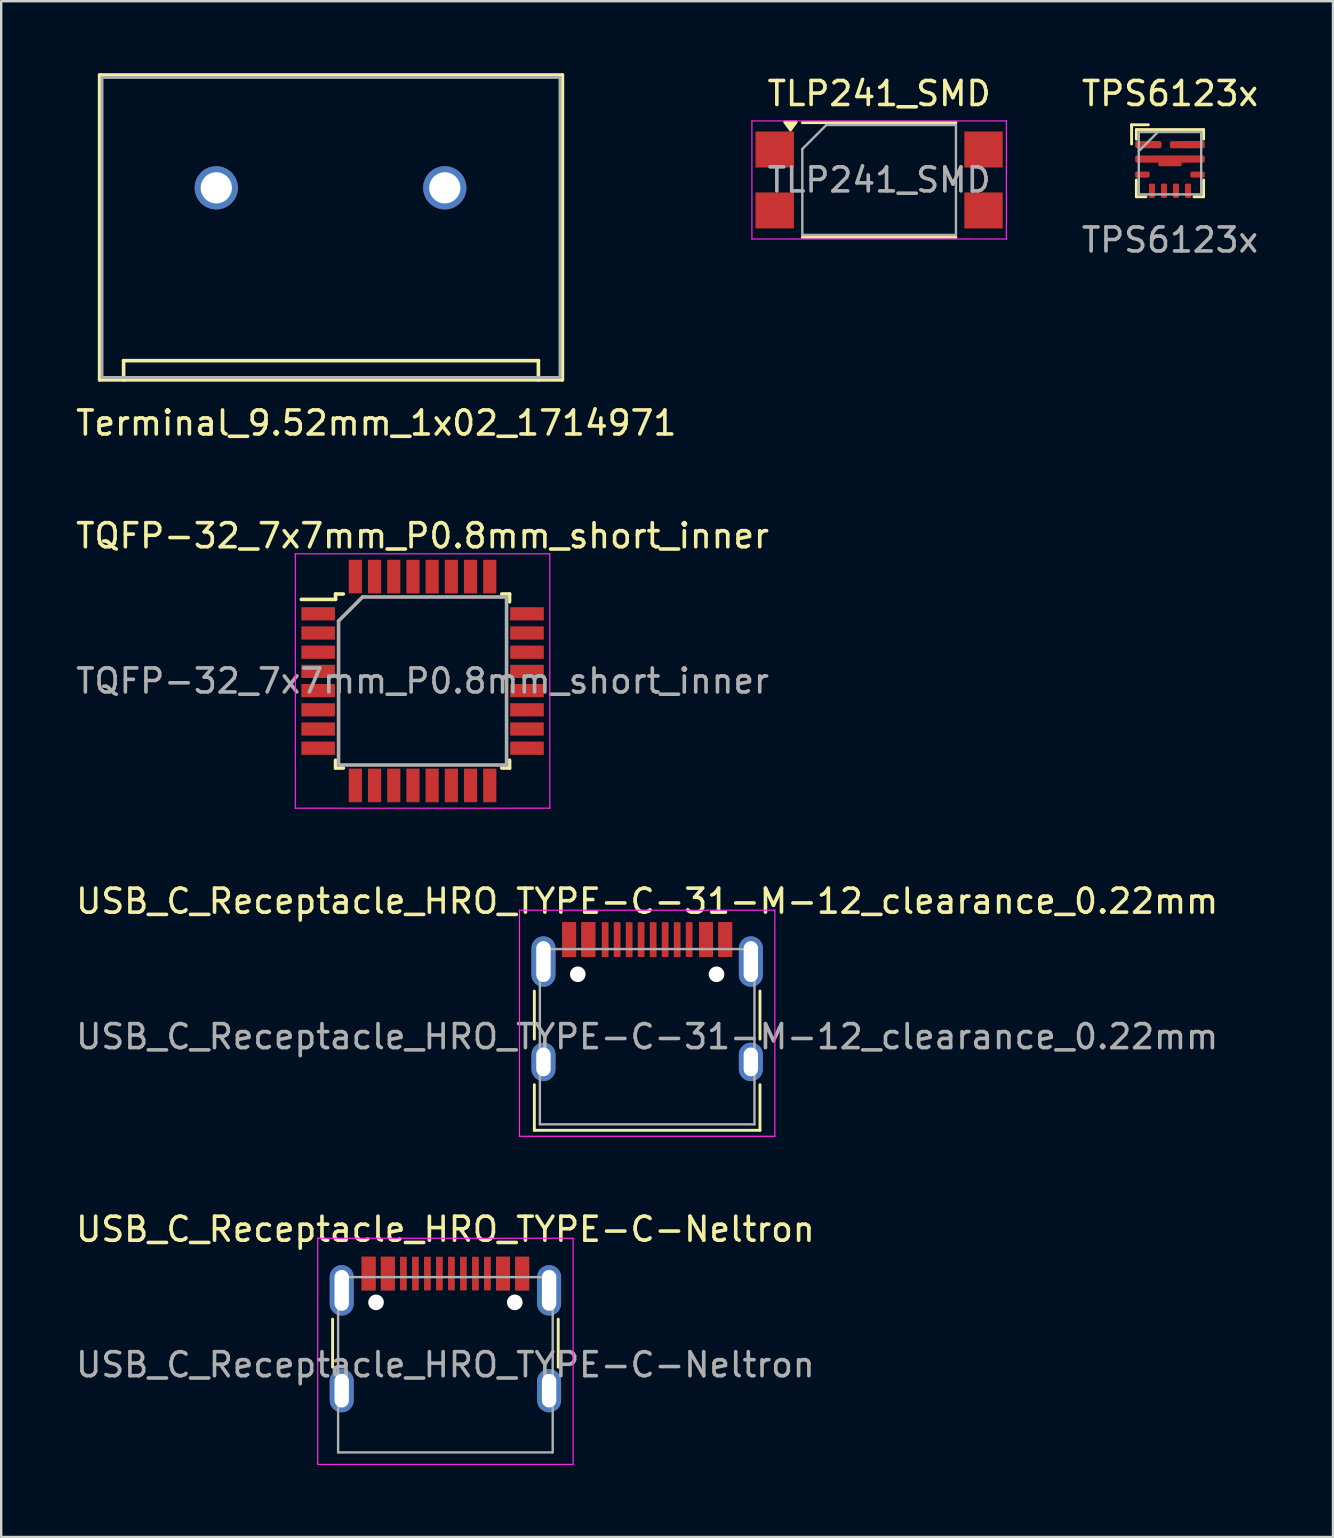
<source format=kicad_pcb>
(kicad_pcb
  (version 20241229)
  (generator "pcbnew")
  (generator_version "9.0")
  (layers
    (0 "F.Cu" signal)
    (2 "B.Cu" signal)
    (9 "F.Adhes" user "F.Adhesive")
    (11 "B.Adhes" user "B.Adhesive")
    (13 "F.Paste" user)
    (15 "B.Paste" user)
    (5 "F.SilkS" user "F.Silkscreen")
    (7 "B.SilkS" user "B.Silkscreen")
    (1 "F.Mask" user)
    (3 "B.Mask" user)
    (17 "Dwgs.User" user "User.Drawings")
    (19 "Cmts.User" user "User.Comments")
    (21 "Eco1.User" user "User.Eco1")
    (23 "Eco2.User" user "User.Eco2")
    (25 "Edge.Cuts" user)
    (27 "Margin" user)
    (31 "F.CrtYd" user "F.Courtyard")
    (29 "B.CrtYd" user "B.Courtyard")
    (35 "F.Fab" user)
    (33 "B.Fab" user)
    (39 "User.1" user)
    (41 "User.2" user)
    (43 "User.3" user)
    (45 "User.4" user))
  (footprint "USB_C_Receptacle_HRO_TYPE-C-Neltron"
    (layer "F.Cu")
    (at 15.506 53.807)
    (property "Reference" "USB_C_Receptacle_HRO_TYPE-C-Neltron" (at 0 -5.645 0) (layer "F.SilkS") (effects (font (size 1 1) (thickness 0.15))))
    (attr smd)
    (fp_line (start -4.7 -1.9) (end -4.7 0.1) (stroke (width 0.12) (type solid)) (layer "F.SilkS"))
    (fp_line (start 4.7 -1.9) (end 4.7 0.1) (stroke (width 0.12) (type solid)) (layer "F.SilkS"))
    (fp_line (start -5.32 -5.27) (end -5.32 4.15) (stroke (width 0.05) (type solid)) (layer "F.CrtYd"))
    (fp_line (start -5.32 -5.27) (end 5.32 -5.27) (stroke (width 0.05) (type solid)) (layer "F.CrtYd"))
    (fp_line (start -5.32 4.15) (end 5.32 4.15) (stroke (width 0.05) (type solid)) (layer "F.CrtYd"))
    (fp_line (start 5.32 -5.27) (end 5.32 4.15) (stroke (width 0.05) (type solid)) (layer "F.CrtYd"))
    (fp_line (start -4.47 -3.65) (end -4.47 3.65) (stroke (width 0.1) (type solid)) (layer "F.Fab"))
    (fp_line (start -4.47 -3.65) (end 4.47 -3.65) (stroke (width 0.1) (type solid)) (layer "F.Fab"))
    (fp_line (start -4.47 3.65) (end 4.47 3.65) (stroke (width 0.1) (type solid)) (layer "F.Fab"))
    (fp_line (start 4.47 -3.65) (end 4.47 3.65) (stroke (width 0.1) (type solid)) (layer "F.Fab"))
    (fp_text user "${REFERENCE}" (at 0 0 0) (layer "F.Fab") (effects (font (size 1 1) (thickness 0.15))))
    (pad "" np_thru_hole circle (at -2.89 -2.6) (size 0.65 0.65) (drill 0.65) (layers "*.Cu" "*.Mask"))
    (pad "" np_thru_hole circle (at 2.89 -2.6) (size 0.65 0.65) (drill 0.65) (layers "*.Cu" "*.Mask"))
    (pad "A1" smd rect (at -3.2 -3.8) (size 0.58 1.4) (layers "F.Cu" "F.Mask" "F.Paste"))
    (pad "A4" smd rect (at -2.4 -3.8) (size 0.58 1.4) (layers "F.Cu" "F.Mask" "F.Paste"))
    (pad "A5" smd rect (at -1.25 -3.8) (size 0.28 1.4) (layers "F.Cu" "F.Mask" "F.Paste"))
    (pad "A6" smd rect (at -0.25 -3.8) (size 0.28 1.4) (layers "F.Cu" "F.Mask" "F.Paste"))
    (pad "A7" smd rect (at 0.25 -3.8) (size 0.28 1.4) (layers "F.Cu" "F.Mask" "F.Paste"))
    (pad "A8" smd rect (at 1.25 -3.8) (size 0.28 1.4) (layers "F.Cu" "F.Mask" "F.Paste"))
    (pad "A9" smd rect (at 2.4 -3.8) (size 0.58 1.4) (layers "F.Cu" "F.Mask" "F.Paste"))
    (pad "A12" smd rect (at 3.2 -3.8) (size 0.58 1.4) (layers "F.Cu" "F.Mask" "F.Paste"))
    (pad "B1" smd rect (at 3.2 -3.8) (size 0.58 1.4) (layers "F.Cu" "F.Mask" "F.Paste"))
    (pad "B4" smd rect (at 2.4 -3.8) (size 0.58 1.4) (layers "F.Cu" "F.Mask" "F.Paste"))
    (pad "B5" smd rect (at 1.75 -3.8) (size 0.28 1.4) (layers "F.Cu" "F.Mask" "F.Paste"))
    (pad "B6" smd rect (at 0.75 -3.8) (size 0.28 1.4) (layers "F.Cu" "F.Mask" "F.Paste"))
    (pad "B7" smd rect (at -0.75 -3.8) (size 0.28 1.4) (layers "F.Cu" "F.Mask" "F.Paste"))
    (pad "B8" smd rect (at -1.75 -3.8) (size 0.28 1.4) (layers "F.Cu" "F.Mask" "F.Paste"))
    (pad "B9" smd rect (at -2.4 -3.8) (size 0.58 1.4) (layers "F.Cu" "F.Mask" "F.Paste"))
    (pad "B12" smd rect (at -3.2 -3.8) (size 0.58 1.4) (layers "F.Cu" "F.Mask" "F.Paste"))
    (pad "S1" thru_hole oval (at -4.32 -3.1) (size 1 2.1) (drill oval 0.6 1.7) (layers "*.Cu" "*.Mask"))
    (pad "S1" thru_hole oval (at -4.32 1.08) (size 1 1.8) (drill oval 0.6 1.4) (layers "*.Cu" "*.Mask"))
    (pad "S1" thru_hole oval (at 4.32 -3.1) (size 1 2.1) (drill oval 0.6 1.7) (layers "*.Cu" "*.Mask"))
    (pad "S1" thru_hole oval (at 4.32 1.08) (size 1 1.8) (drill oval 0.6 1.4) (layers "*.Cu" "*.Mask")))
  (footprint "USB_C_Receptacle_HRO_TYPE-C-31-M-12_clearance_0.22mm"
    (layer "F.Cu")
    (at 23.911 40.139)
    (property "Reference" "USB_C_Receptacle_HRO_TYPE-C-31-M-12_clearance_0.22mm" (at 0 -5.645 0) (layer "F.SilkS") (effects (font (size 1 1) (thickness 0.15))))
    (attr smd)
    (fp_line (start -4.7 -1.9) (end -4.7 0.1) (stroke (width 0.12) (type solid)) (layer "F.SilkS"))
    (fp_line (start -4.7 2) (end -4.7 3.9) (stroke (width 0.12) (type solid)) (layer "F.SilkS"))
    (fp_line (start -4.7 3.9) (end 4.7 3.9) (stroke (width 0.12) (type solid)) (layer "F.SilkS"))
    (fp_line (start 4.7 -1.9) (end 4.7 0.1) (stroke (width 0.12) (type solid)) (layer "F.SilkS"))
    (fp_line (start 4.7 2) (end 4.7 3.9) (stroke (width 0.12) (type solid)) (layer "F.SilkS"))
    (fp_line (start -5.32 -5.27) (end -5.32 4.15) (stroke (width 0.05) (type solid)) (layer "F.CrtYd"))
    (fp_line (start -5.32 -5.27) (end 5.32 -5.27) (stroke (width 0.05) (type solid)) (layer "F.CrtYd"))
    (fp_line (start -5.32 4.15) (end 5.32 4.15) (stroke (width 0.05) (type solid)) (layer "F.CrtYd"))
    (fp_line (start 5.32 -5.27) (end 5.32 4.15) (stroke (width 0.05) (type solid)) (layer "F.CrtYd"))
    (fp_line (start -4.47 -3.65) (end -4.47 3.65) (stroke (width 0.1) (type solid)) (layer "F.Fab"))
    (fp_line (start -4.47 -3.65) (end 4.47 -3.65) (stroke (width 0.1) (type solid)) (layer "F.Fab"))
    (fp_line (start -4.47 3.65) (end 4.47 3.65) (stroke (width 0.1) (type solid)) (layer "F.Fab"))
    (fp_line (start 4.47 -3.65) (end 4.47 3.65) (stroke (width 0.1) (type solid)) (layer "F.Fab"))
    (fp_text user "${REFERENCE}" (at 0 0 0) (layer "F.Fab") (effects (font (size 1 1) (thickness 0.15))))
    (pad "" np_thru_hole circle (at -2.89 -2.6) (size 0.65 0.65) (drill 0.65) (layers "*.Cu" "*.Mask"))
    (pad "" np_thru_hole circle (at 2.89 -2.6) (size 0.65 0.65) (drill 0.65) (layers "*.Cu" "*.Mask"))
    (pad "A1" smd rect (at -3.25 -4.045) (size 0.58 1.45) (layers "F.Cu" "F.Mask" "F.Paste"))
    (pad "A4" smd rect (at -2.45 -4.045) (size 0.58 1.45) (layers "F.Cu" "F.Mask" "F.Paste"))
    (pad "A5" smd rect (at -1.25 -4.045) (size 0.28 1.45) (layers "F.Cu" "F.Mask" "F.Paste"))
    (pad "A6" smd rect (at -0.25 -4.045) (size 0.28 1.45) (layers "F.Cu" "F.Mask" "F.Paste"))
    (pad "A7" smd rect (at 0.25 -4.045) (size 0.28 1.45) (layers "F.Cu" "F.Mask" "F.Paste"))
    (pad "A8" smd rect (at 1.25 -4.045) (size 0.28 1.45) (layers "F.Cu" "F.Mask" "F.Paste"))
    (pad "A9" smd rect (at 2.45 -4.045) (size 0.58 1.45) (layers "F.Cu" "F.Mask" "F.Paste"))
    (pad "A12" smd rect (at 3.25 -4.045) (size 0.58 1.45) (layers "F.Cu" "F.Mask" "F.Paste"))
    (pad "B1" smd rect (at 3.25 -4.045) (size 0.58 1.45) (layers "F.Cu" "F.Mask" "F.Paste"))
    (pad "B4" smd rect (at 2.45 -4.045) (size 0.58 1.45) (layers "F.Cu" "F.Mask" "F.Paste"))
    (pad "B5" smd rect (at 1.75 -4.045) (size 0.28 1.45) (layers "F.Cu" "F.Mask" "F.Paste"))
    (pad "B6" smd rect (at 0.75 -4.045) (size 0.28 1.45) (layers "F.Cu" "F.Mask" "F.Paste"))
    (pad "B7" smd rect (at -0.75 -4.045) (size 0.28 1.45) (layers "F.Cu" "F.Mask" "F.Paste"))
    (pad "B8" smd rect (at -1.75 -4.045) (size 0.28 1.45) (layers "F.Cu" "F.Mask" "F.Paste"))
    (pad "B9" smd rect (at -2.45 -4.045) (size 0.58 1.45) (layers "F.Cu" "F.Mask" "F.Paste"))
    (pad "B12" smd rect (at -3.25 -4.045) (size 0.58 1.45) (layers "F.Cu" "F.Mask" "F.Paste"))
    (pad "S1" thru_hole oval (at -4.32 -3.13) (size 1 2.1) (drill oval 0.6 1.7) (layers "*.Cu" "*.Mask"))
    (pad "S1" thru_hole oval (at -4.32 1.05) (size 1 1.6) (drill oval 0.6 1.2) (layers "*.Cu" "*.Mask"))
    (pad "S1" thru_hole oval (at 4.32 -3.13) (size 1 2.1) (drill oval 0.6 1.7) (layers "*.Cu" "*.Mask"))
    (pad "S1" thru_hole oval (at 4.32 1.05) (size 1 1.6) (drill oval 0.6 1.2) (layers "*.Cu" "*.Mask")))
  (footprint "TQFP-32_7x7mm_P0.8mm_short_inner"
    (layer "F.Cu")
    (at 14.554 25.321)
    (property "Reference" "TQFP-32_7x7mm_P0.8mm_short_inner" (at 0 -6.05 0) (layer "F.SilkS") (effects (font (size 1 1) (thickness 0.15))))
    (attr smd)
    (fp_line (start -3.625 -3.625) (end -3.625 -3.4) (stroke (width 0.15) (type solid)) (layer "F.SilkS"))
    (fp_line (start -3.625 -3.625) (end -3.3 -3.625) (stroke (width 0.15) (type solid)) (layer "F.SilkS"))
    (fp_line (start -3.625 -3.4) (end -5.05 -3.4) (stroke (width 0.15) (type solid)) (layer "F.SilkS"))
    (fp_line (start -3.625 3.625) (end -3.625 3.3) (stroke (width 0.15) (type solid)) (layer "F.SilkS"))
    (fp_line (start -3.625 3.625) (end -3.3 3.625) (stroke (width 0.15) (type solid)) (layer "F.SilkS"))
    (fp_line (start 3.625 -3.625) (end 3.3 -3.625) (stroke (width 0.15) (type solid)) (layer "F.SilkS"))
    (fp_line (start 3.625 -3.625) (end 3.625 -3.3) (stroke (width 0.15) (type solid)) (layer "F.SilkS"))
    (fp_line (start 3.625 3.625) (end 3.3 3.625) (stroke (width 0.15) (type solid)) (layer "F.SilkS"))
    (fp_line (start 3.625 3.625) (end 3.625 3.3) (stroke (width 0.15) (type solid)) (layer "F.SilkS"))
    (fp_line (start -5.3 -5.3) (end -5.3 5.3) (stroke (width 0.05) (type solid)) (layer "F.CrtYd"))
    (fp_line (start -5.3 -5.3) (end 5.3 -5.3) (stroke (width 0.05) (type solid)) (layer "F.CrtYd"))
    (fp_line (start -5.3 5.3) (end 5.3 5.3) (stroke (width 0.05) (type solid)) (layer "F.CrtYd"))
    (fp_line (start 5.3 -5.3) (end 5.3 5.3) (stroke (width 0.05) (type solid)) (layer "F.CrtYd"))
    (fp_line (start -3.5 -2.5) (end -2.5 -3.5) (stroke (width 0.15) (type solid)) (layer "F.Fab"))
    (fp_line (start -3.5 3.5) (end -3.5 -2.5) (stroke (width 0.15) (type solid)) (layer "F.Fab"))
    (fp_line (start -2.5 -3.5) (end 3.5 -3.5) (stroke (width 0.15) (type solid)) (layer "F.Fab"))
    (fp_line (start 3.5 -3.5) (end 3.5 3.5) (stroke (width 0.15) (type solid)) (layer "F.Fab"))
    (fp_line (start 3.5 3.5) (end -3.5 3.5) (stroke (width 0.15) (type solid)) (layer "F.Fab"))
    (fp_text user "${REFERENCE}" (at 0 0 0) (layer "F.Fab") (effects (font (size 1 1) (thickness 0.15))))
    (pad "1" smd rect (at -4.35 -2.8) (size 1.4 0.55) (layers "F.Cu" "F.Mask" "F.Paste"))
    (pad "2" smd rect (at -4.35 -2) (size 1.4 0.55) (layers "F.Cu" "F.Mask" "F.Paste"))
    (pad "3" smd rect (at -4.35 -1.2) (size 1.4 0.55) (layers "F.Cu" "F.Mask" "F.Paste"))
    (pad "4" smd rect (at -4.35 -0.4) (size 1.4 0.55) (layers "F.Cu" "F.Mask" "F.Paste"))
    (pad "5" smd rect (at -4.35 0.4) (size 1.4 0.55) (layers "F.Cu" "F.Mask" "F.Paste"))
    (pad "6" smd rect (at -4.35 1.2) (size 1.4 0.55) (layers "F.Cu" "F.Mask" "F.Paste"))
    (pad "7" smd rect (at -4.35 2) (size 1.4 0.55) (layers "F.Cu" "F.Mask" "F.Paste"))
    (pad "8" smd rect (at -4.35 2.8) (size 1.4 0.55) (layers "F.Cu" "F.Mask" "F.Paste"))
    (pad "9" smd rect (at -2.8 4.35 90) (size 1.4 0.55) (layers "F.Cu" "F.Mask" "F.Paste"))
    (pad "10" smd rect (at -2 4.35 90) (size 1.4 0.55) (layers "F.Cu" "F.Mask" "F.Paste"))
    (pad "11" smd rect (at -1.2 4.35 90) (size 1.4 0.55) (layers "F.Cu" "F.Mask" "F.Paste"))
    (pad "12" smd rect (at -0.4 4.35 90) (size 1.4 0.55) (layers "F.Cu" "F.Mask" "F.Paste"))
    (pad "13" smd rect (at 0.4 4.35 90) (size 1.4 0.55) (layers "F.Cu" "F.Mask" "F.Paste"))
    (pad "14" smd rect (at 1.2 4.35 90) (size 1.4 0.55) (layers "F.Cu" "F.Mask" "F.Paste"))
    (pad "15" smd rect (at 2 4.35 90) (size 1.4 0.55) (layers "F.Cu" "F.Mask" "F.Paste"))
    (pad "16" smd rect (at 2.8 4.35 90) (size 1.4 0.55) (layers "F.Cu" "F.Mask" "F.Paste"))
    (pad "17" smd rect (at 4.35 2.8) (size 1.4 0.55) (layers "F.Cu" "F.Mask" "F.Paste"))
    (pad "18" smd rect (at 4.35 2) (size 1.4 0.55) (layers "F.Cu" "F.Mask" "F.Paste"))
    (pad "19" smd rect (at 4.35 1.2) (size 1.4 0.55) (layers "F.Cu" "F.Mask" "F.Paste"))
    (pad "20" smd rect (at 4.35 0.4) (size 1.4 0.55) (layers "F.Cu" "F.Mask" "F.Paste"))
    (pad "21" smd rect (at 4.35 -0.4) (size 1.4 0.55) (layers "F.Cu" "F.Mask" "F.Paste"))
    (pad "22" smd rect (at 4.35 -1.2) (size 1.4 0.55) (layers "F.Cu" "F.Mask" "F.Paste"))
    (pad "23" smd rect (at 4.35 -2) (size 1.4 0.55) (layers "F.Cu" "F.Mask" "F.Paste"))
    (pad "24" smd rect (at 4.35 -2.8) (size 1.4 0.55) (layers "F.Cu" "F.Mask" "F.Paste"))
    (pad "25" smd rect (at 2.8 -4.35 90) (size 1.4 0.55) (layers "F.Cu" "F.Mask" "F.Paste"))
    (pad "26" smd rect (at 2 -4.35 90) (size 1.4 0.55) (layers "F.Cu" "F.Mask" "F.Paste"))
    (pad "27" smd rect (at 1.2 -4.35 90) (size 1.4 0.55) (layers "F.Cu" "F.Mask" "F.Paste"))
    (pad "28" smd rect (at 0.4 -4.35 90) (size 1.4 0.55) (layers "F.Cu" "F.Mask" "F.Paste"))
    (pad "29" smd rect (at -0.4 -4.35 90) (size 1.4 0.55) (layers "F.Cu" "F.Mask" "F.Paste"))
    (pad "30" smd rect (at -1.2 -4.35 90) (size 1.4 0.55) (layers "F.Cu" "F.Mask" "F.Paste"))
    (pad "31" smd rect (at -2 -4.35 90) (size 1.4 0.55) (layers "F.Cu" "F.Mask" "F.Paste"))
    (pad "32" smd rect (at -2.8 -4.35 90) (size 1.4 0.55) (layers "F.Cu" "F.Mask" "F.Paste")))
  (footprint "TPS6123x"
    (layer "F.Cu")
    (at 45.692 3.748)
    (property "Reference" "TPS6123x" (at 0 -2.9 0) (unlocked yes) (layer "F.SilkS") (effects (font (size 1 1) (thickness 0.15))))
    (attr smd)
    (fp_line (start -1.6 -1.6) (end -0.9 -1.6) (stroke (width 0.12) (type solid)) (layer "F.SilkS"))
    (fp_line (start -1.6 -0.8) (end -1.6 -1.6) (stroke (width 0.12) (type solid)) (layer "F.SilkS"))
    (fp_line (start -1.4 -1.4) (end -1.4 -1) (stroke (width 0.12) (type solid)) (layer "F.SilkS"))
    (fp_line (start -1.4 0.7) (end -1.4 1.4) (stroke (width 0.12) (type solid)) (layer "F.SilkS"))
    (fp_line (start -1.4 1.4) (end -1 1.4) (stroke (width 0.12) (type solid)) (layer "F.SilkS"))
    (fp_line (start 1 1.4) (end 1.4 1.4) (stroke (width 0.12) (type solid)) (layer "F.SilkS"))
    (fp_line (start 1.4 -1.4) (end -1.4 -1.4) (stroke (width 0.12) (type solid)) (layer "F.SilkS"))
    (fp_line (start 1.4 -1) (end 1.4 -1.4) (stroke (width 0.12) (type solid)) (layer "F.SilkS"))
    (fp_line (start 1.4 1.4) (end 1.4 0.7) (stroke (width 0.12) (type solid)) (layer "F.SilkS"))
    (fp_line (start -1.3 -1.3) (end -1.3 1.3) (stroke (width 0.1) (type solid)) (layer "F.Fab"))
    (fp_line (start -1.3 1.3) (end 1.3 1.3) (stroke (width 0.1) (type solid)) (layer "F.Fab"))
    (fp_line (start -0.5 -1.3) (end -1.3 -0.5) (stroke (width 0.1) (type solid)) (layer "F.Fab"))
    (fp_line (start 1.3 -1.3) (end -1.3 -1.3) (stroke (width 0.1) (type solid)) (layer "F.Fab"))
    (fp_line (start 1.3 1.3) (end 1.3 -1.3) (stroke (width 0.1) (type solid)) (layer "F.Fab"))
    (fp_text user "${REFERENCE}" (at 0 3.2 0) (unlocked yes) (layer "F.Fab") (effects (font (size 1 1) (thickness 0.15))))
    (pad "1" smd roundrect (at -0.9 -0.77) (size 1.1 0.3) (layers "F.Cu" "F.Mask" "F.Paste") (roundrect_rratio 0.25))
    (pad "2" smd roundrect (at 0 -0.17) (size 2.9 0.3) (layers "F.Cu" "F.Mask" "F.Paste") (roundrect_rratio 0.25))
    (pad "2" smd roundrect (at 0 -0.02) (size 0.975 0.3) (layers "F.Cu" "F.Mask" "F.Paste") (roundrect_rratio 0.25))
    (pad "3" smd roundrect (at -1.15 0.475 180) (size 0.6 0.25) (layers "F.Cu" "F.Mask" "F.Paste") (roundrect_rratio 0.25))
    (pad "4" smd roundrect (at -0.75 1.15 90) (size 0.6 0.25) (layers "F.Cu" "F.Mask" "F.Paste") (roundrect_rratio 0.25))
    (pad "5" smd roundrect (at -0.25 1.15 90) (size 0.6 0.25) (layers "F.Cu" "F.Mask" "F.Paste") (roundrect_rratio 0.25))
    (pad "6" smd roundrect (at 0.25 1.15 90) (size 0.6 0.25) (layers "F.Cu" "F.Mask" "F.Paste") (roundrect_rratio 0.25))
    (pad "7" smd roundrect (at 0.75 1.15 90) (size 0.6 0.25) (layers "F.Cu" "F.Mask" "F.Paste") (roundrect_rratio 0.25))
    (pad "8" smd roundrect (at 1.15 0.475 180) (size 0.6 0.25) (layers "F.Cu" "F.Mask" "F.Paste") (roundrect_rratio 0.25))
    (pad "9" smd roundrect (at 0.725 -0.77) (size 1.45 0.3) (layers "F.Cu" "F.Mask" "F.Paste") (roundrect_rratio 0.25)))
  (footprint "Terminal_9.52mm_1x02_1714971"
    (layer "F.Cu")
    (at 5.96 4.775)
    (property "Reference" "Terminal_9.52mm_1x02_1714971" (at 6.665 9.799 0) (layer "F.SilkS") (effects (font (size 1 1) (thickness 0.15))))
    (attr through_hole)
    (fp_line (start -4.86 -4.7) (end -4.86 8) (stroke (width 0.15) (type solid)) (layer "F.SilkS"))
    (fp_line (start -4.86 8) (end 14.42 8) (stroke (width 0.15) (type solid)) (layer "F.SilkS"))
    (fp_line (start -3.86 7.2) (end 13.42 7.2) (stroke (width 0.15) (type solid)) (layer "F.SilkS"))
    (fp_line (start -3.86 8) (end -3.86 7.2) (stroke (width 0.15) (type solid)) (layer "F.SilkS"))
    (fp_line (start 13.42 7.2) (end 13.42 8) (stroke (width 0.15) (type solid)) (layer "F.SilkS"))
    (fp_line (start 14.42 -4.7) (end -4.86 -4.7) (stroke (width 0.15) (type solid)) (layer "F.SilkS"))
    (fp_line (start 14.42 8) (end 14.42 -4.7) (stroke (width 0.15) (type solid)) (layer "F.SilkS"))
    (fp_line (start -4.76 -4.6) (end -4.76 7.9) (stroke (width 0.12) (type solid)) (layer "F.Fab"))
    (fp_line (start -4.76 7.9) (end 14.32 7.9) (stroke (width 0.12) (type solid)) (layer "F.Fab"))
    (fp_line (start 14.32 -4.6) (end -4.76 -4.6) (stroke (width 0.12) (type solid)) (layer "F.Fab"))
    (fp_line (start 14.32 7.9) (end 14.32 -4.6) (stroke (width 0.12) (type solid)) (layer "F.Fab"))
    (pad "1" thru_hole circle (at 0 0) (size 1.8 1.8) (drill 1.3) (layers "*.Cu" "*.Mask"))
    (pad "2" thru_hole circle (at 9.52 0) (size 1.8 1.8) (drill 1.3) (layers "*.Cu" "*.Mask")))
  (footprint "TLP241_SMD"
    (layer "F.Cu")
    (at 33.575 4.448)
    (property "Reference" "TLP241_SMD" (at 0 -3.6 0) (layer "F.SilkS") (effects (font (size 1 1) (thickness 0.15))))
    (attr smd)
    (fp_line (start -3.2 -2.39) (end 3.2 -2.39) (stroke (width 0.12) (type solid)) (layer "F.SilkS"))
    (fp_line (start -3.2 2.39) (end 3.2 2.39) (stroke (width 0.12) (type solid)) (layer "F.SilkS"))
    (fp_poly (pts (xy -3.694 -2.083) (xy -3.934 -2.413) (xy -3.454 -2.413) (xy -3.694 -2.083)) (stroke (width 0.12) (type solid)) (fill yes) (layer "F.SilkS"))
    (fp_line (start -5.3 -2.46) (end -5.3 2.46) (stroke (width 0.05) (type solid)) (layer "F.CrtYd"))
    (fp_line (start -5.3 2.46) (end 5.3 2.46) (stroke (width 0.05) (type solid)) (layer "F.CrtYd"))
    (fp_line (start 5.3 -2.46) (end -5.3 -2.46) (stroke (width 0.05) (type solid)) (layer "F.CrtYd"))
    (fp_line (start 5.3 -2.46) (end 5.3 2.46) (stroke (width 0.05) (type solid)) (layer "F.CrtYd"))
    (fp_line (start -3.2 -1.29) (end -2.2 -2.29) (stroke (width 0.1) (type solid)) (layer "F.Fab"))
    (fp_line (start -3.2 2.29) (end -3.2 -1.29) (stroke (width 0.1) (type solid)) (layer "F.Fab"))
    (fp_line (start -2.2 -2.29) (end 3.2 -2.29) (stroke (width 0.1) (type solid)) (layer "F.Fab"))
    (fp_line (start 3.2 -2.29) (end 3.2 2.29) (stroke (width 0.1) (type solid)) (layer "F.Fab"))
    (fp_line (start 3.2 2.29) (end -3.2 2.29) (stroke (width 0.1) (type solid)) (layer "F.Fab"))
    (fp_text user "${REFERENCE}" (at 0 0 0) (layer "F.Fab") (effects (font (size 1 1) (thickness 0.15))))
    (pad "1" smd rect (at -4.35 -1.27) (size 1.6 1.5) (layers "F.Cu" "F.Mask" "F.Paste"))
    (pad "2" smd rect (at -4.35 1.27) (size 1.6 1.5) (layers "F.Cu" "F.Mask" "F.Paste"))
    (pad "3" smd rect (at 4.35 1.27) (size 1.6 1.5) (layers "F.Cu" "F.Mask" "F.Paste"))
    (pad "4" smd rect (at 4.35 -1.27) (size 1.6 1.5) (layers "F.Cu" "F.Mask" "F.Paste")))
  (gr_rect
    (start -3 -3)
    (end 52.483 60.982)
    (stroke (width 0.1) (type default))
    (fill no)
    (layer "Edge.Cuts")))
</source>
